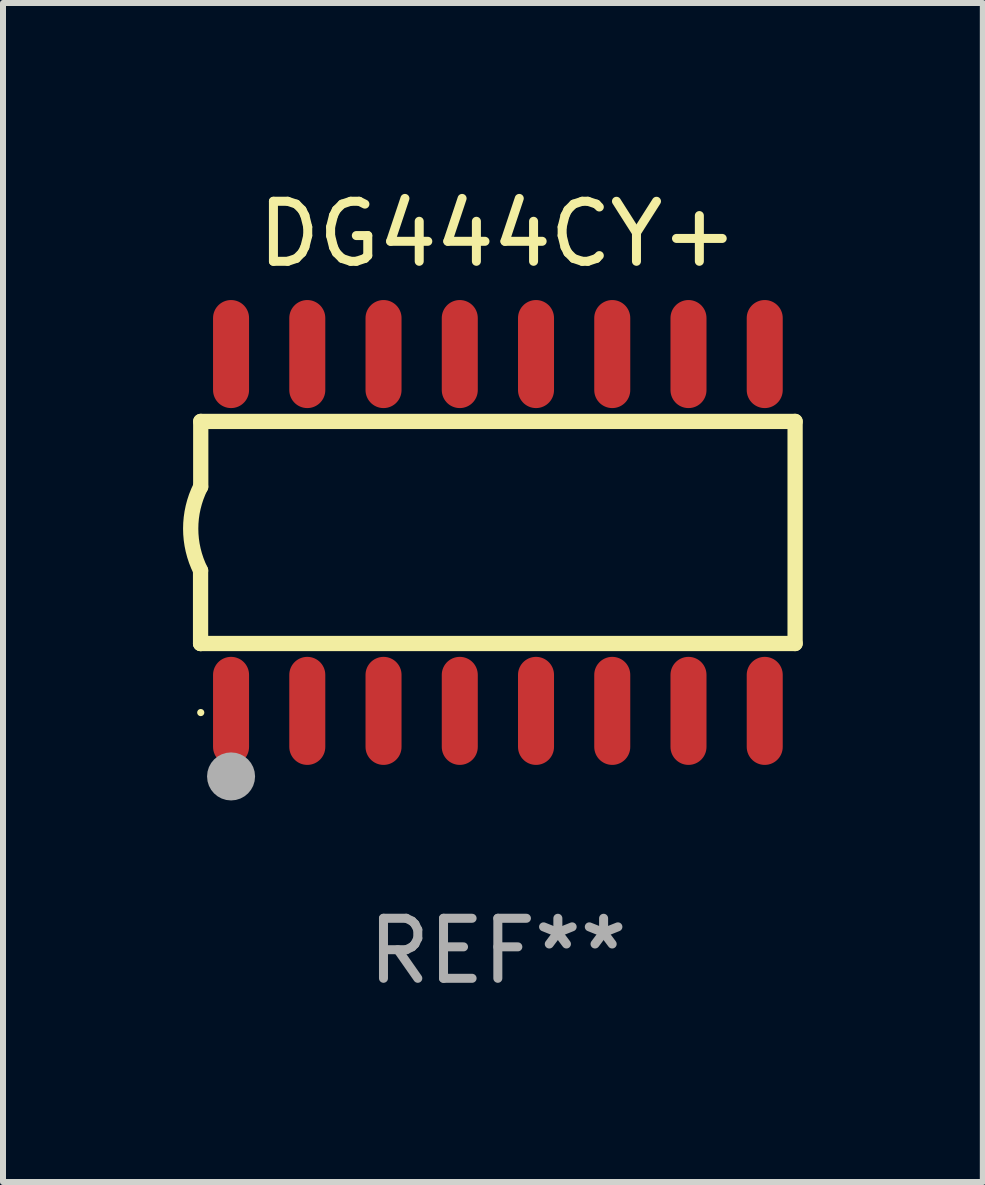
<source format=kicad_pcb>
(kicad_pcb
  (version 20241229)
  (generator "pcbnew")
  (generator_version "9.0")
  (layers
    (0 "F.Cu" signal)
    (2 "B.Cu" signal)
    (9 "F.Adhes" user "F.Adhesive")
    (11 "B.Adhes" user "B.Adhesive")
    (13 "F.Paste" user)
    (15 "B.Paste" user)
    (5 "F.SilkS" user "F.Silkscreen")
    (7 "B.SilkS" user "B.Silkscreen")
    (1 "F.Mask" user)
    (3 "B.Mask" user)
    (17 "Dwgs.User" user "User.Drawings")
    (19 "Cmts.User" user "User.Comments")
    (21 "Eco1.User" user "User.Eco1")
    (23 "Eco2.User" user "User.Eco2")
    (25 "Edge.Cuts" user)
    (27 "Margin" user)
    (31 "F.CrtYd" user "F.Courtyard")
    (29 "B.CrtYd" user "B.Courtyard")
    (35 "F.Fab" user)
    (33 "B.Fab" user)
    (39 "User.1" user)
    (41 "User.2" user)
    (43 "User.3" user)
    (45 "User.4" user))
  (footprint "DG444CY+"
    (layer "F.Cu")
    (at 5.243 5.82)
    (property "Reference" "DG444CY+" (at 0 -4.972 0) (layer "F.SilkS") (effects (font (size 1 1) (thickness 0.15))))
    (attr through_hole)
    (fp_line (start -4.952 0.635) (end -4.952 1.85) (stroke (width 0.254) (type solid)) (layer "F.SilkS"))
    (fp_line (start -4.952 1.85) (end -4.949 1.85) (stroke (width 0.254) (type solid)) (layer "F.SilkS"))
    (fp_line (start -4.949 -1.85) (end -4.949 -0.762) (stroke (width 0.254) (type solid)) (layer "F.SilkS"))
    (fp_line (start -4.949 1.85) (end 4.952 1.85) (stroke (width 0.254) (type solid)) (layer "F.SilkS"))
    (fp_line (start 4.952 -1.85) (end -4.949 -1.85) (stroke (width 0.254) (type solid)) (layer "F.SilkS"))
    (fp_line (start 4.952 1.85) (end 4.952 -1.85) (stroke (width 0.254) (type solid)) (layer "F.SilkS"))
    (fp_arc (start -4.951524 0.635001) (mid -5.116418 -0.0635) (end -4.951524 -0.762002) (stroke (width 0.254001) (type solid)) (layer "F.SilkS"))
    (fp_circle (center -4.949 3) (end -4.919 3) (stroke (width 0.06) (type solid)) (fill no) (layer "F.SilkS"))
    (fp_circle (center -4.444 4.064) (end -4.244 4.064) (stroke (width 0.4) (type solid)) (fill no) (layer "F.Fab"))
    (fp_text user "REF**" (at 0 6.972 0) (layer "F.Fab") (effects (font (size 1 1) (thickness 0.15))))
    (pad "1" smd oval (at -4.444 2.972 180) (size 0.6 1.8) (layers "F.Cu" "F.Mask" "F.Paste"))
    (pad "2" smd oval (at -3.174 2.972 180) (size 0.6 1.8) (layers "F.Cu" "F.Mask" "F.Paste"))
    (pad "3" smd oval (at -1.904 2.972 180) (size 0.6 1.8) (layers "F.Cu" "F.Mask" "F.Paste"))
    (pad "4" smd oval (at -0.634 2.972 180) (size 0.6 1.8) (layers "F.Cu" "F.Mask" "F.Paste"))
    (pad "5" smd oval (at 0.636 2.972 180) (size 0.6 1.8) (layers "F.Cu" "F.Mask" "F.Paste"))
    (pad "6" smd oval (at 1.906 2.972 180) (size 0.6 1.8) (layers "F.Cu" "F.Mask" "F.Paste"))
    (pad "7" smd oval (at 3.176 2.972 180) (size 0.6 1.8) (layers "F.Cu" "F.Mask" "F.Paste"))
    (pad "8" smd oval (at 4.446 2.972 180) (size 0.6 1.8) (layers "F.Cu" "F.Mask" "F.Paste"))
    (pad "9" smd oval (at 4.446 -2.972 180) (size 0.6 1.8) (layers "F.Cu" "F.Mask" "F.Paste"))
    (pad "10" smd oval (at 3.176 -2.972 180) (size 0.6 1.8) (layers "F.Cu" "F.Mask" "F.Paste"))
    (pad "11" smd oval (at 1.906 -2.972 180) (size 0.6 1.8) (layers "F.Cu" "F.Mask" "F.Paste"))
    (pad "12" smd oval (at 0.636 -2.972 180) (size 0.6 1.8) (layers "F.Cu" "F.Mask" "F.Paste"))
    (pad "13" smd oval (at -0.634 -2.972 180) (size 0.6 1.8) (layers "F.Cu" "F.Mask" "F.Paste"))
    (pad "14" smd oval (at -1.904 -2.972 180) (size 0.6 1.8) (layers "F.Cu" "F.Mask" "F.Paste"))
    (pad "15" smd oval (at -3.174 -2.972 180) (size 0.6 1.8) (layers "F.Cu" "F.Mask" "F.Paste"))
    (pad "16" smd oval (at -4.444 -2.972 180) (size 0.6 1.8) (layers "F.Cu" "F.Mask" "F.Paste")))
  (gr_rect
    (start -3 -3)
    (end 13.322 16.64)
    (stroke (width 0.1) (type default))
    (fill no)
    (layer "Edge.Cuts")))
</source>
